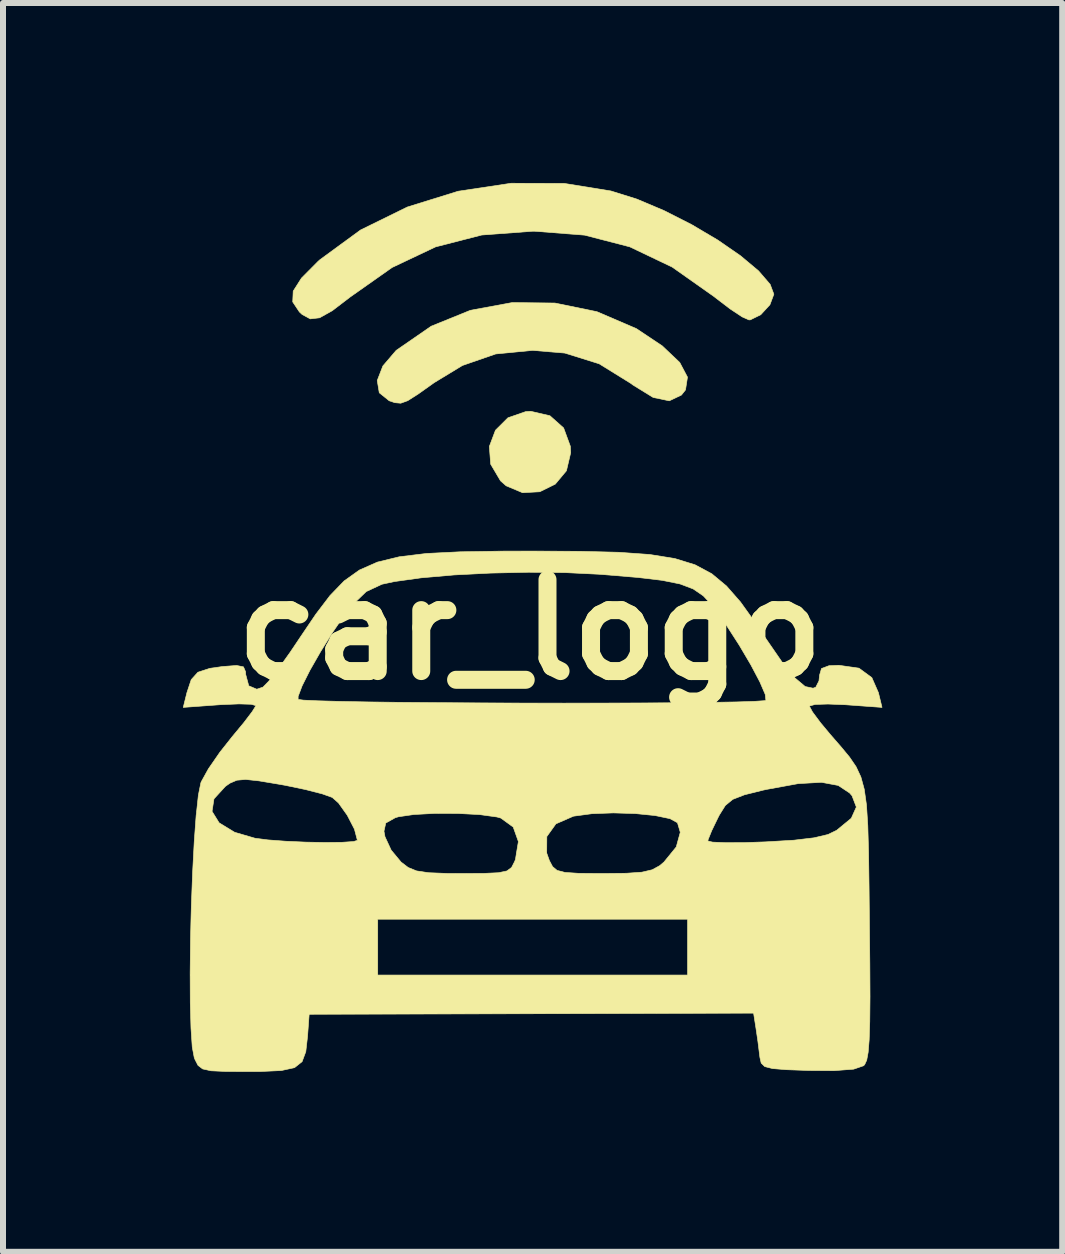
<source format=kicad_pcb>
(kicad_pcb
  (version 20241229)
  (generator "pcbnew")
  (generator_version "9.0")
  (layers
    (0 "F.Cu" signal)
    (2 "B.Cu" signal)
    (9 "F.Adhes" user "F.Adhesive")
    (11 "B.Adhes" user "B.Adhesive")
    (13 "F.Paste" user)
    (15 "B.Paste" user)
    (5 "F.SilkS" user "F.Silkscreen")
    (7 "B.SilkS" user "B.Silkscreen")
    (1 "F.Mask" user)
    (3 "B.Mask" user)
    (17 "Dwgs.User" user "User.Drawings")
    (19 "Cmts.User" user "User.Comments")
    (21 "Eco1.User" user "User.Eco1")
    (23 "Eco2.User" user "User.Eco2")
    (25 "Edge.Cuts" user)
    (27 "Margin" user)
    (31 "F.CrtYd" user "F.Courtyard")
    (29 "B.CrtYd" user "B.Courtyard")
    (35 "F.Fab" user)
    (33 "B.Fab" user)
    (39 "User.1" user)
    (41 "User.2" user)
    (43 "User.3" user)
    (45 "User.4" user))
  (footprint "car_logo"
    (layer "F.Cu")
    (at 5.787 7.448)
    (property "Reference" "car_logo" (at 0 0 0) (layer "F.SilkS") (effects (font (size 1.524 1.524) (thickness 0.3))))
    (attr through_hole)
    (fp_poly (pts (xy 0.331 -3.567) (xy 0.559 -3.364) (xy 0.671 -3.059) (xy 0.677 -2.951) (xy 0.606 -2.65) (xy 0.42 -2.427) (xy 0.162 -2.3) (xy -0.125 -2.284) (xy -0.399 -2.399) (xy -0.493 -2.482) (xy -0.657 -2.76) (xy -0.679 -3.055) (xy -0.577 -3.326) (xy -0.369 -3.533) (xy -0.073 -3.636) (xy 0.012 -3.641) (xy 0.331 -3.567)) (stroke (width 0.01) (type solid)) (fill yes) (layer "F.SilkS"))
    (fp_poly (pts (xy 0.414 -5.446) (xy 1.114 -5.302) (xy 1.771 -5.02) (xy 2.202 -4.733) (xy 2.495 -4.455) (xy 2.624 -4.211) (xy 2.591 -3.998) (xy 2.523 -3.912) (xy 2.321 -3.816) (xy 2.052 -3.872) (xy 1.714 -4.08) (xy 1.683 -4.104) (xy 1.152 -4.433) (xy 0.579 -4.612) (xy 0.042 -4.657) (xy -0.574 -4.597) (xy -1.128 -4.405) (xy -1.597 -4.12) (xy -1.867 -3.928) (xy -2.04 -3.818) (xy -2.156 -3.776) (xy -2.255 -3.785) (xy -2.349 -3.817) (xy -2.514 -3.95) (xy -2.548 -4.154) (xy -2.454 -4.397) (xy -2.238 -4.65) (xy -2.226 -4.661) (xy -1.648 -5.06) (xy -0.995 -5.325) (xy -0.298 -5.454) (xy 0.414 -5.446)) (stroke (width 0.01) (type solid)) (fill yes) (layer "F.SilkS"))
    (fp_poly (pts (xy 0.572 -7.44) (xy 1.349 -7.314) (xy 1.777 -7.18) (xy 2.234 -6.987) (xy 2.693 -6.754) (xy 3.126 -6.498) (xy 3.507 -6.235) (xy 3.808 -5.983) (xy 4.002 -5.758) (xy 4.064 -5.593) (xy 3.998 -5.417) (xy 3.845 -5.251) (xy 3.672 -5.166) (xy 3.649 -5.165) (xy 3.536 -5.215) (xy 3.335 -5.348) (xy 3.09 -5.535) (xy 3.069 -5.552) (xy 2.37 -6.045) (xy 1.662 -6.383) (xy 0.909 -6.578) (xy 0.077 -6.643) (xy 0.042 -6.643) (xy -0.806 -6.58) (xy -1.576 -6.382) (xy -2.3 -6.039) (xy -3 -5.546) (xy -3.298 -5.318) (xy -3.509 -5.2) (xy -3.665 -5.182) (xy -3.801 -5.256) (xy -3.846 -5.298) (xy -3.957 -5.465) (xy -3.949 -5.645) (xy -3.811 -5.862) (xy -3.537 -6.138) (xy -3.505 -6.167) (xy -2.826 -6.664) (xy -2.046 -7.047) (xy -1.199 -7.31) (xy -0.315 -7.443) (xy 0.572 -7.44)) (stroke (width 0.01) (type solid)) (fill yes) (layer "F.SilkS"))
    (fp_poly (pts (xy 0.833 -1.307) (xy 1.476 -1.291) (xy 1.995 -1.254) (xy 2.412 -1.187) (xy 2.749 -1.083) (xy 3.029 -0.933) (xy 3.274 -0.729) (xy 3.507 -0.463) (xy 3.75 -0.125) (xy 3.916 0.126) (xy 4.198 0.535) (xy 4.416 0.804) (xy 4.586 0.947) (xy 4.718 0.975) (xy 4.763 0.958) (xy 4.816 0.853) (xy 4.826 0.757) (xy 4.858 0.647) (xy 4.983 0.6) (xy 5.148 0.593) (xy 5.483 0.641) (xy 5.697 0.798) (xy 5.807 1.049) (xy 5.867 1.295) (xy 5.262 1.251) (xy 4.967 1.239) (xy 4.751 1.246) (xy 4.658 1.272) (xy 4.657 1.276) (xy 4.708 1.371) (xy 4.842 1.551) (xy 5.001 1.742) (xy 5.183 1.951) (xy 5.326 2.124) (xy 5.435 2.284) (xy 5.515 2.455) (xy 5.571 2.66) (xy 5.608 2.922) (xy 5.63 3.265) (xy 5.643 3.711) (xy 5.651 4.283) (xy 5.657 4.87) (xy 5.664 5.569) (xy 5.667 6.118) (xy 5.663 6.534) (xy 5.653 6.837) (xy 5.636 7.045) (xy 5.612 7.176) (xy 5.578 7.25) (xy 5.56 7.269) (xy 5.394 7.326) (xy 5.066 7.351) (xy 4.644 7.348) (xy 4.275 7.335) (xy 4.042 7.316) (xy 3.912 7.283) (xy 3.853 7.225) (xy 3.832 7.133) (xy 3.829 7.112) (xy 3.798 6.864) (xy 3.766 6.646) (xy 3.726 6.392) (xy 0.021 6.402) (xy -3.683 6.411) (xy -3.71 6.781) (xy -3.739 7.034) (xy -3.801 7.201) (xy -3.927 7.301) (xy -4.147 7.349) (xy -4.492 7.365) (xy -4.711 7.366) (xy -5.083 7.364) (xy -5.32 7.353) (xy -5.459 7.322) (xy -5.536 7.263) (xy -5.586 7.166) (xy -5.599 7.133) (xy -5.632 6.958) (xy -5.653 6.643) (xy -5.665 6.22) (xy -5.667 5.719) (xy -5.661 5.17) (xy -5.653 4.826) (xy -2.54 4.826) (xy -2.54 5.757) (xy 2.625 5.757) (xy 2.625 4.826) (xy -2.54 4.826) (xy -5.653 4.826) (xy -5.647 4.603) (xy -5.626 4.048) (xy -5.599 3.535) (xy -5.567 3.095) (xy -5.559 3.028) (xy -5.302 3.028) (xy -5.184 3.219) (xy -4.925 3.377) (xy -4.586 3.476) (xy -4.371 3.504) (xy -4.076 3.526) (xy -3.743 3.541) (xy -3.415 3.547) (xy -3.134 3.544) (xy -2.941 3.531) (xy -2.879 3.511) (xy -2.919 3.359) (xy -2.436 3.359) (xy -2.419 3.451) (xy -2.316 3.674) (xy -2.151 3.873) (xy -2.032 3.964) (xy -1.892 4.021) (xy -1.691 4.051) (xy -1.387 4.063) (xy -1.136 4.064) (xy -0.764 4.062) (xy -0.525 4.051) (xy -0.385 4.021) (xy -0.308 3.963) (xy -0.259 3.867) (xy -0.244 3.831) (xy -0.227 3.723) (xy 0.277 3.723) (xy 0.322 3.849) (xy 0.375 3.949) (xy 0.45 4.012) (xy 0.581 4.046) (xy 0.805 4.061) (xy 1.156 4.064) (xy 1.221 4.064) (xy 1.607 4.06) (xy 1.864 4.042) (xy 2.035 4.002) (xy 2.16 3.934) (xy 2.232 3.873) (xy 2.437 3.621) (xy 2.464 3.522) (xy 2.963 3.522) (xy 3.042 3.541) (xy 3.257 3.55) (xy 3.573 3.549) (xy 3.922 3.537) (xy 4.397 3.509) (xy 4.734 3.469) (xy 4.966 3.414) (xy 5.111 3.344) (xy 5.355 3.143) (xy 5.439 2.956) (xy 5.367 2.768) (xy 5.327 2.722) (xy 5.137 2.596) (xy 4.858 2.544) (xy 4.469 2.566) (xy 3.949 2.661) (xy 3.888 2.674) (xy 3.574 2.752) (xy 3.379 2.828) (xy 3.255 2.93) (xy 3.156 3.088) (xy 3.131 3.137) (xy 3.028 3.35) (xy 2.969 3.496) (xy 2.963 3.522) (xy 2.464 3.522) (xy 2.504 3.377) (xy 2.457 3.218) (xy 2.333 3.15) (xy 2.084 3.098) (xy 1.755 3.065) (xy 1.389 3.054) (xy 1.032 3.067) (xy 0.728 3.108) (xy 0.72 3.11) (xy 0.431 3.236) (xy 0.279 3.448) (xy 0.277 3.723) (xy -0.227 3.723) (xy -0.195 3.532) (xy -0.281 3.29) (xy -0.488 3.14) (xy -0.552 3.122) (xy -0.841 3.082) (xy -1.206 3.063) (xy -1.59 3.062) (xy -1.939 3.081) (xy -2.193 3.118) (xy -2.247 3.134) (xy -2.406 3.223) (xy -2.436 3.359) (xy -2.919 3.359) (xy -2.928 3.325) (xy -3.048 3.093) (xy -3.194 2.888) (xy -3.298 2.796) (xy -3.463 2.737) (xy -3.743 2.665) (xy -4.083 2.594) (xy -4.173 2.578) (xy -4.519 2.52) (xy -4.743 2.496) (xy -4.889 2.509) (xy -5.003 2.558) (xy -5.08 2.612) (xy -5.27 2.82) (xy -5.302 3.028) (xy -5.559 3.028) (xy -5.53 2.758) (xy -5.489 2.554) (xy -5.483 2.537) (xy -5.363 2.32) (xy -5.171 2.042) (xy -4.966 1.783) (xy -4.772 1.549) (xy -4.632 1.365) (xy -4.572 1.268) (xy -4.572 1.265) (xy -4.649 1.243) (xy -4.853 1.237) (xy -5.141 1.249) (xy -5.177 1.251) (xy -5.782 1.295) (xy -5.749 1.162) (xy -3.867 1.162) (xy -3.778 1.174) (xy -3.54 1.185) (xy -3.173 1.195) (xy -2.699 1.204) (xy -2.138 1.211) (xy -1.51 1.216) (xy -0.836 1.22) (xy -0.137 1.223) (xy 0.567 1.224) (xy 1.256 1.223) (xy 1.908 1.221) (xy 2.504 1.217) (xy 3.022 1.211) (xy 3.443 1.204) (xy 3.745 1.194) (xy 3.908 1.183) (xy 3.931 1.177) (xy 3.92 1.078) (xy 3.831 0.871) (xy 3.681 0.587) (xy 3.487 0.258) (xy 3.266 -0.085) (xy 3.193 -0.191) (xy 3.037 -0.404) (xy 2.888 -0.564) (xy 2.719 -0.68) (xy 2.5 -0.763) (xy 2.202 -0.823) (xy 1.799 -0.871) (xy 1.26 -0.916) (xy 1.143 -0.925) (xy 0.588 -0.952) (xy -0.026 -0.958) (xy -0.658 -0.944) (xy -1.268 -0.913) (xy -1.816 -0.865) (xy -2.261 -0.803) (xy -2.47 -0.758) (xy -2.731 -0.636) (xy -2.975 -0.401) (xy -3.074 -0.274) (xy -3.287 0.037) (xy -3.492 0.365) (xy -3.67 0.676) (xy -3.801 0.937) (xy -3.867 1.112) (xy -3.867 1.162) (xy -5.749 1.162) (xy -5.721 1.049) (xy -5.649 0.832) (xy -5.538 0.709) (xy -5.339 0.644) (xy -5.13 0.614) (xy -4.892 0.596) (xy -4.778 0.619) (xy -4.743 0.701) (xy -4.741 0.746) (xy -4.69 0.935) (xy -4.556 0.992) (xy -4.453 0.957) (xy -4.359 0.861) (xy -4.199 0.655) (xy -3.997 0.372) (xy -3.832 0.126) (xy -3.571 -0.26) (xy -3.335 -0.57) (xy -3.1 -0.813) (xy -2.845 -0.995) (xy -2.546 -1.127) (xy -2.181 -1.216) (xy -1.729 -1.271) (xy -1.166 -1.299) (xy -0.47 -1.31) (xy 0.042 -1.311) (xy 0.833 -1.307)) (stroke (width 0.01) (type solid)) (fill yes) (layer "F.SilkS")))
  (gr_rect
    (start -3 -3)
    (end 14.658 17.819)
    (stroke (width 0.1) (type default))
    (fill no)
    (layer "Edge.Cuts")))
</source>
